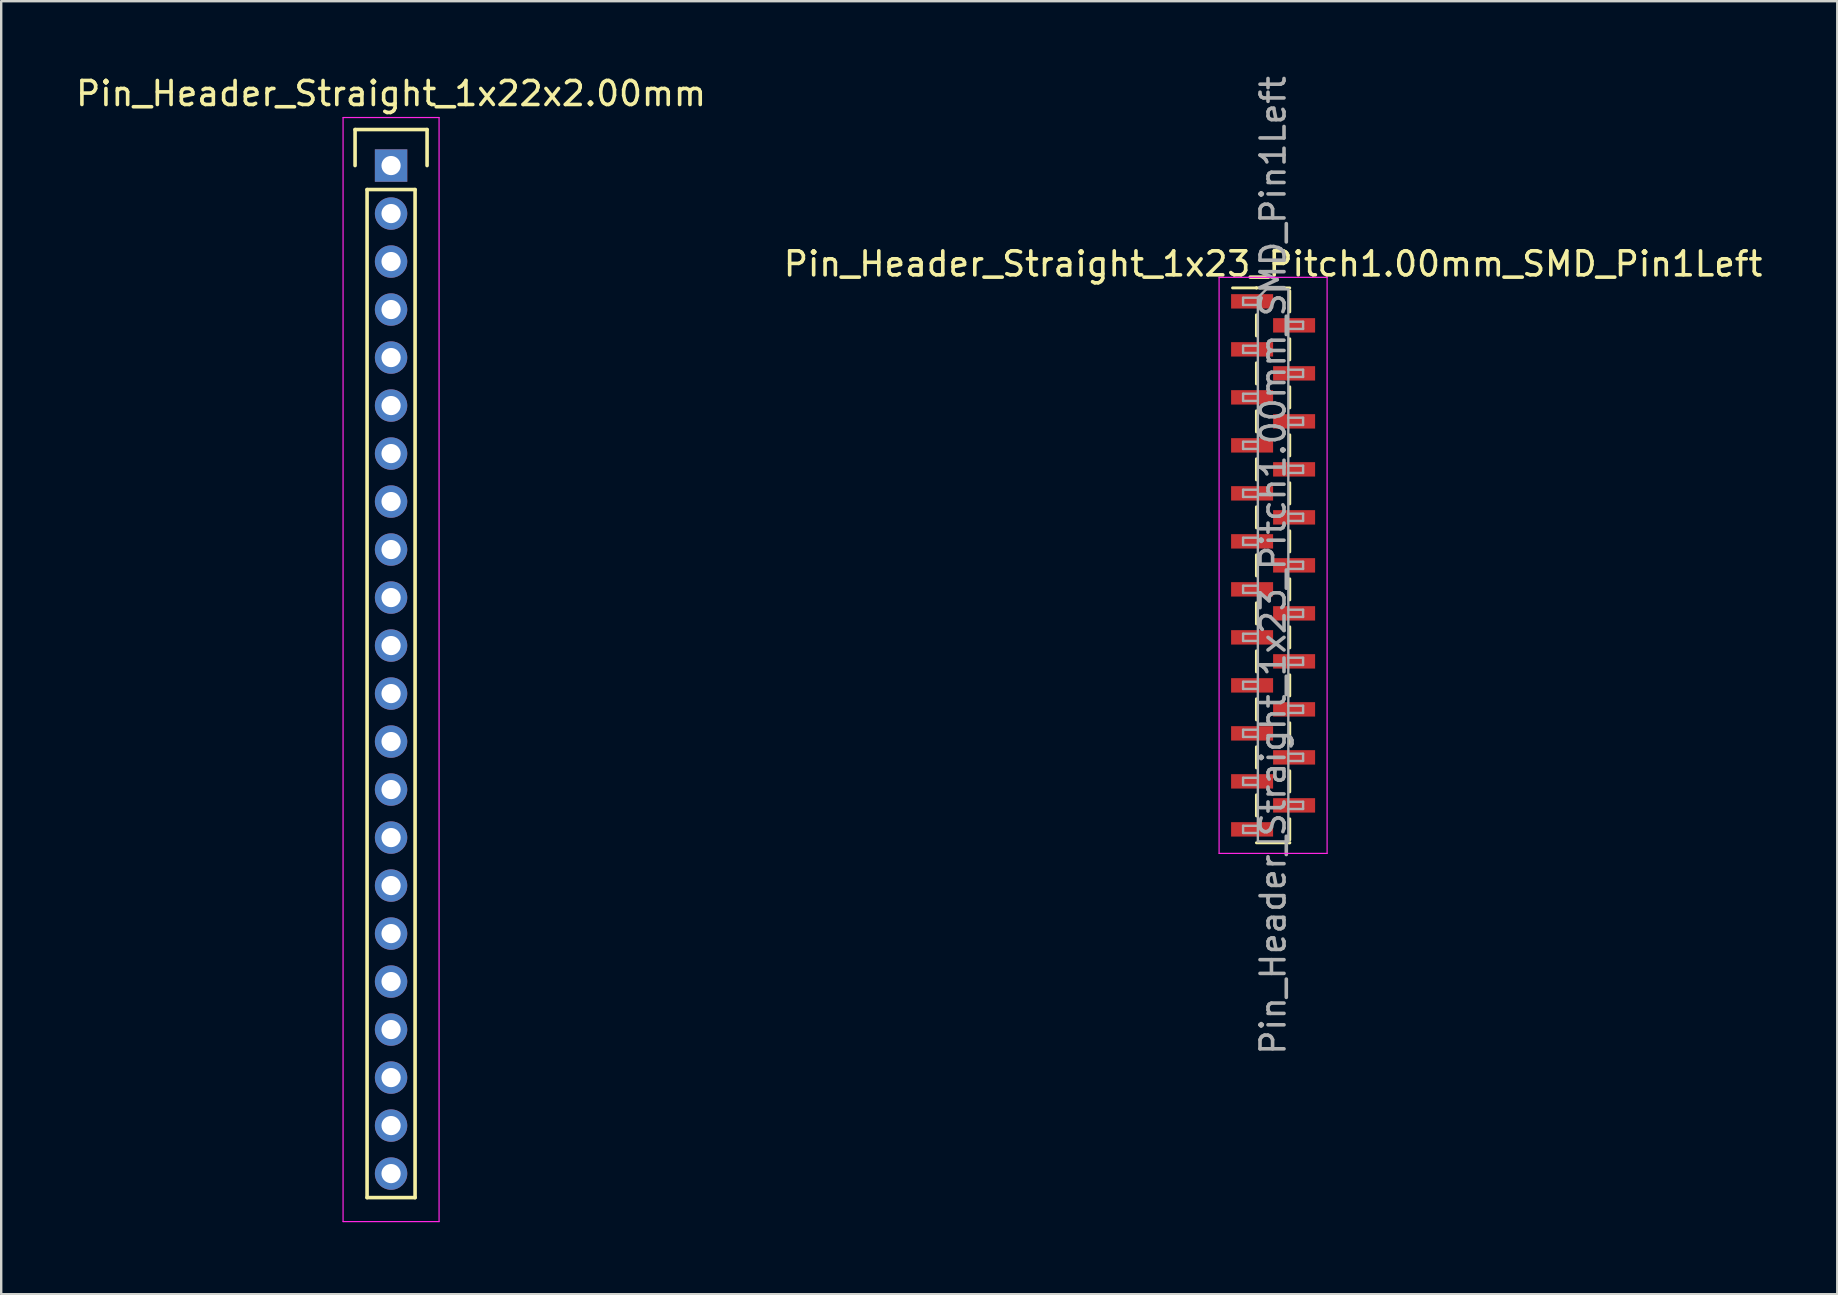
<source format=kicad_pcb>
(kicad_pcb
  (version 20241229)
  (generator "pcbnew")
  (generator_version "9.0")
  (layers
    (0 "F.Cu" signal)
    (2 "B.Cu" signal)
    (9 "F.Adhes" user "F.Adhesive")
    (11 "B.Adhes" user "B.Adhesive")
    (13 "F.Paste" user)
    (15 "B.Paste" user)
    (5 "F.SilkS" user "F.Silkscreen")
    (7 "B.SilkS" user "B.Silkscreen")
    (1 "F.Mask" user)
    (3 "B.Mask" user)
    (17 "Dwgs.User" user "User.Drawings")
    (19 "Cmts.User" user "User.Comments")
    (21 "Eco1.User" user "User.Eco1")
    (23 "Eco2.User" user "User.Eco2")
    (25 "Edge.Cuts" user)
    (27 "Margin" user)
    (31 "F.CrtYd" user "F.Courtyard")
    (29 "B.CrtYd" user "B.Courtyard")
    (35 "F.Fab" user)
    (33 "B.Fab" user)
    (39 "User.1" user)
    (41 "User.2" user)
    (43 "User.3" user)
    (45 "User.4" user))
  (footprint "Pin_Header_Straight_1x23_Pitch1.00mm_SMD_Pin1Left"
    (layer "F.Cu")
    (at 49.994 20.506)
    (property "Reference" "Pin_Header_Straight_1x23_Pitch1.00mm_SMD_Pin1Left" (at 0 -12.56 0) (layer "F.SilkS") (effects (font (size 1 1) (thickness 0.15))))
    (attr smd)
    (fp_line (start -0.695 -11.56) (end -1.69 -11.56) (stroke (width 0.12) (type solid)) (layer "F.SilkS"))
    (fp_line (start -0.695 -11.56) (end -0.695 -11.56) (stroke (width 0.12) (type solid)) (layer "F.SilkS"))
    (fp_line (start -0.695 -11.56) (end 0.695 -11.56) (stroke (width 0.12) (type solid)) (layer "F.SilkS"))
    (fp_line (start -0.695 -10.44) (end -0.695 -9.56) (stroke (width 0.12) (type solid)) (layer "F.SilkS"))
    (fp_line (start -0.695 -8.44) (end -0.695 -7.56) (stroke (width 0.12) (type solid)) (layer "F.SilkS"))
    (fp_line (start -0.695 -6.44) (end -0.695 -5.56) (stroke (width 0.12) (type solid)) (layer "F.SilkS"))
    (fp_line (start -0.695 -4.44) (end -0.695 -3.56) (stroke (width 0.12) (type solid)) (layer "F.SilkS"))
    (fp_line (start -0.695 -2.44) (end -0.695 -1.56) (stroke (width 0.12) (type solid)) (layer "F.SilkS"))
    (fp_line (start -0.695 -0.44) (end -0.695 0.44) (stroke (width 0.12) (type solid)) (layer "F.SilkS"))
    (fp_line (start -0.695 1.56) (end -0.695 2.44) (stroke (width 0.12) (type solid)) (layer "F.SilkS"))
    (fp_line (start -0.695 3.56) (end -0.695 4.44) (stroke (width 0.12) (type solid)) (layer "F.SilkS"))
    (fp_line (start -0.695 5.56) (end -0.695 6.44) (stroke (width 0.12) (type solid)) (layer "F.SilkS"))
    (fp_line (start -0.695 7.56) (end -0.695 8.44) (stroke (width 0.12) (type solid)) (layer "F.SilkS"))
    (fp_line (start -0.695 9.56) (end -0.695 10.44) (stroke (width 0.12) (type solid)) (layer "F.SilkS"))
    (fp_line (start -0.695 11.56) (end 0.695 11.56) (stroke (width 0.12) (type solid)) (layer "F.SilkS"))
    (fp_line (start 0.695 -11.44) (end 0.695 -10.56) (stroke (width 0.12) (type solid)) (layer "F.SilkS"))
    (fp_line (start 0.695 -9.44) (end 0.695 -8.56) (stroke (width 0.12) (type solid)) (layer "F.SilkS"))
    (fp_line (start 0.695 -7.44) (end 0.695 -6.56) (stroke (width 0.12) (type solid)) (layer "F.SilkS"))
    (fp_line (start 0.695 -5.44) (end 0.695 -4.56) (stroke (width 0.12) (type solid)) (layer "F.SilkS"))
    (fp_line (start 0.695 -3.44) (end 0.695 -2.56) (stroke (width 0.12) (type solid)) (layer "F.SilkS"))
    (fp_line (start 0.695 -1.44) (end 0.695 -0.56) (stroke (width 0.12) (type solid)) (layer "F.SilkS"))
    (fp_line (start 0.695 0.56) (end 0.695 1.44) (stroke (width 0.12) (type solid)) (layer "F.SilkS"))
    (fp_line (start 0.695 2.56) (end 0.695 3.44) (stroke (width 0.12) (type solid)) (layer "F.SilkS"))
    (fp_line (start 0.695 4.56) (end 0.695 5.44) (stroke (width 0.12) (type solid)) (layer "F.SilkS"))
    (fp_line (start 0.695 6.56) (end 0.695 7.44) (stroke (width 0.12) (type solid)) (layer "F.SilkS"))
    (fp_line (start 0.695 8.56) (end 0.695 9.44) (stroke (width 0.12) (type solid)) (layer "F.SilkS"))
    (fp_line (start 0.695 10.56) (end 0.695 11.44) (stroke (width 0.12) (type solid)) (layer "F.SilkS"))
    (fp_line (start 0.695 11.56) (end 0.695 11.56) (stroke (width 0.12) (type solid)) (layer "F.SilkS"))
    (fp_line (start -2.25 -12) (end -2.25 12) (stroke (width 0.05) (type solid)) (layer "F.CrtYd"))
    (fp_line (start -2.25 12) (end 2.25 12) (stroke (width 0.05) (type solid)) (layer "F.CrtYd"))
    (fp_line (start 2.25 -12) (end -2.25 -12) (stroke (width 0.05) (type solid)) (layer "F.CrtYd"))
    (fp_line (start 2.25 12) (end 2.25 -12) (stroke (width 0.05) (type solid)) (layer "F.CrtYd"))
    (fp_line (start -1.25 -11.15) (end -1.25 -10.85) (stroke (width 0.1) (type solid)) (layer "F.Fab"))
    (fp_line (start -1.25 -10.85) (end -0.635 -10.85) (stroke (width 0.1) (type solid)) (layer "F.Fab"))
    (fp_line (start -1.25 -9.15) (end -1.25 -8.85) (stroke (width 0.1) (type solid)) (layer "F.Fab"))
    (fp_line (start -1.25 -8.85) (end -0.635 -8.85) (stroke (width 0.1) (type solid)) (layer "F.Fab"))
    (fp_line (start -1.25 -7.15) (end -1.25 -6.85) (stroke (width 0.1) (type solid)) (layer "F.Fab"))
    (fp_line (start -1.25 -6.85) (end -0.635 -6.85) (stroke (width 0.1) (type solid)) (layer "F.Fab"))
    (fp_line (start -1.25 -5.15) (end -1.25 -4.85) (stroke (width 0.1) (type solid)) (layer "F.Fab"))
    (fp_line (start -1.25 -4.85) (end -0.635 -4.85) (stroke (width 0.1) (type solid)) (layer "F.Fab"))
    (fp_line (start -1.25 -3.15) (end -1.25 -2.85) (stroke (width 0.1) (type solid)) (layer "F.Fab"))
    (fp_line (start -1.25 -2.85) (end -0.635 -2.85) (stroke (width 0.1) (type solid)) (layer "F.Fab"))
    (fp_line (start -1.25 -1.15) (end -1.25 -0.85) (stroke (width 0.1) (type solid)) (layer "F.Fab"))
    (fp_line (start -1.25 -0.85) (end -0.635 -0.85) (stroke (width 0.1) (type solid)) (layer "F.Fab"))
    (fp_line (start -1.25 0.85) (end -1.25 1.15) (stroke (width 0.1) (type solid)) (layer "F.Fab"))
    (fp_line (start -1.25 1.15) (end -0.635 1.15) (stroke (width 0.1) (type solid)) (layer "F.Fab"))
    (fp_line (start -1.25 2.85) (end -1.25 3.15) (stroke (width 0.1) (type solid)) (layer "F.Fab"))
    (fp_line (start -1.25 3.15) (end -0.635 3.15) (stroke (width 0.1) (type solid)) (layer "F.Fab"))
    (fp_line (start -1.25 4.85) (end -1.25 5.15) (stroke (width 0.1) (type solid)) (layer "F.Fab"))
    (fp_line (start -1.25 5.15) (end -0.635 5.15) (stroke (width 0.1) (type solid)) (layer "F.Fab"))
    (fp_line (start -1.25 6.85) (end -1.25 7.15) (stroke (width 0.1) (type solid)) (layer "F.Fab"))
    (fp_line (start -1.25 7.15) (end -0.635 7.15) (stroke (width 0.1) (type solid)) (layer "F.Fab"))
    (fp_line (start -1.25 8.85) (end -1.25 9.15) (stroke (width 0.1) (type solid)) (layer "F.Fab"))
    (fp_line (start -1.25 9.15) (end -0.635 9.15) (stroke (width 0.1) (type solid)) (layer "F.Fab"))
    (fp_line (start -1.25 10.85) (end -1.25 11.15) (stroke (width 0.1) (type solid)) (layer "F.Fab"))
    (fp_line (start -1.25 11.15) (end -0.635 11.15) (stroke (width 0.1) (type solid)) (layer "F.Fab"))
    (fp_line (start -0.635 -11.15) (end -1.25 -11.15) (stroke (width 0.1) (type solid)) (layer "F.Fab"))
    (fp_line (start -0.635 -11.15) (end -0.285 -11.5) (stroke (width 0.1) (type solid)) (layer "F.Fab"))
    (fp_line (start -0.635 -9.15) (end -1.25 -9.15) (stroke (width 0.1) (type solid)) (layer "F.Fab"))
    (fp_line (start -0.635 -7.15) (end -1.25 -7.15) (stroke (width 0.1) (type solid)) (layer "F.Fab"))
    (fp_line (start -0.635 -5.15) (end -1.25 -5.15) (stroke (width 0.1) (type solid)) (layer "F.Fab"))
    (fp_line (start -0.635 -3.15) (end -1.25 -3.15) (stroke (width 0.1) (type solid)) (layer "F.Fab"))
    (fp_line (start -0.635 -1.15) (end -1.25 -1.15) (stroke (width 0.1) (type solid)) (layer "F.Fab"))
    (fp_line (start -0.635 0.85) (end -1.25 0.85) (stroke (width 0.1) (type solid)) (layer "F.Fab"))
    (fp_line (start -0.635 2.85) (end -1.25 2.85) (stroke (width 0.1) (type solid)) (layer "F.Fab"))
    (fp_line (start -0.635 4.85) (end -1.25 4.85) (stroke (width 0.1) (type solid)) (layer "F.Fab"))
    (fp_line (start -0.635 6.85) (end -1.25 6.85) (stroke (width 0.1) (type solid)) (layer "F.Fab"))
    (fp_line (start -0.635 8.85) (end -1.25 8.85) (stroke (width 0.1) (type solid)) (layer "F.Fab"))
    (fp_line (start -0.635 10.85) (end -1.25 10.85) (stroke (width 0.1) (type solid)) (layer "F.Fab"))
    (fp_line (start -0.635 11.5) (end -0.635 -11.15) (stroke (width 0.1) (type solid)) (layer "F.Fab"))
    (fp_line (start -0.285 -11.5) (end 0.635 -11.5) (stroke (width 0.1) (type solid)) (layer "F.Fab"))
    (fp_line (start 0.635 -11.5) (end 0.635 11.5) (stroke (width 0.1) (type solid)) (layer "F.Fab"))
    (fp_line (start 0.635 -10.15) (end 1.25 -10.15) (stroke (width 0.1) (type solid)) (layer "F.Fab"))
    (fp_line (start 0.635 -8.15) (end 1.25 -8.15) (stroke (width 0.1) (type solid)) (layer "F.Fab"))
    (fp_line (start 0.635 -6.15) (end 1.25 -6.15) (stroke (width 0.1) (type solid)) (layer "F.Fab"))
    (fp_line (start 0.635 -4.15) (end 1.25 -4.15) (stroke (width 0.1) (type solid)) (layer "F.Fab"))
    (fp_line (start 0.635 -2.15) (end 1.25 -2.15) (stroke (width 0.1) (type solid)) (layer "F.Fab"))
    (fp_line (start 0.635 -0.15) (end 1.25 -0.15) (stroke (width 0.1) (type solid)) (layer "F.Fab"))
    (fp_line (start 0.635 1.85) (end 1.25 1.85) (stroke (width 0.1) (type solid)) (layer "F.Fab"))
    (fp_line (start 0.635 3.85) (end 1.25 3.85) (stroke (width 0.1) (type solid)) (layer "F.Fab"))
    (fp_line (start 0.635 5.85) (end 1.25 5.85) (stroke (width 0.1) (type solid)) (layer "F.Fab"))
    (fp_line (start 0.635 7.85) (end 1.25 7.85) (stroke (width 0.1) (type solid)) (layer "F.Fab"))
    (fp_line (start 0.635 9.85) (end 1.25 9.85) (stroke (width 0.1) (type solid)) (layer "F.Fab"))
    (fp_line (start 0.635 11.5) (end -0.635 11.5) (stroke (width 0.1) (type solid)) (layer "F.Fab"))
    (fp_line (start 1.25 -10.15) (end 1.25 -9.85) (stroke (width 0.1) (type solid)) (layer "F.Fab"))
    (fp_line (start 1.25 -9.85) (end 0.635 -9.85) (stroke (width 0.1) (type solid)) (layer "F.Fab"))
    (fp_line (start 1.25 -8.15) (end 1.25 -7.85) (stroke (width 0.1) (type solid)) (layer "F.Fab"))
    (fp_line (start 1.25 -7.85) (end 0.635 -7.85) (stroke (width 0.1) (type solid)) (layer "F.Fab"))
    (fp_line (start 1.25 -6.15) (end 1.25 -5.85) (stroke (width 0.1) (type solid)) (layer "F.Fab"))
    (fp_line (start 1.25 -5.85) (end 0.635 -5.85) (stroke (width 0.1) (type solid)) (layer "F.Fab"))
    (fp_line (start 1.25 -4.15) (end 1.25 -3.85) (stroke (width 0.1) (type solid)) (layer "F.Fab"))
    (fp_line (start 1.25 -3.85) (end 0.635 -3.85) (stroke (width 0.1) (type solid)) (layer "F.Fab"))
    (fp_line (start 1.25 -2.15) (end 1.25 -1.85) (stroke (width 0.1) (type solid)) (layer "F.Fab"))
    (fp_line (start 1.25 -1.85) (end 0.635 -1.85) (stroke (width 0.1) (type solid)) (layer "F.Fab"))
    (fp_line (start 1.25 -0.15) (end 1.25 0.15) (stroke (width 0.1) (type solid)) (layer "F.Fab"))
    (fp_line (start 1.25 0.15) (end 0.635 0.15) (stroke (width 0.1) (type solid)) (layer "F.Fab"))
    (fp_line (start 1.25 1.85) (end 1.25 2.15) (stroke (width 0.1) (type solid)) (layer "F.Fab"))
    (fp_line (start 1.25 2.15) (end 0.635 2.15) (stroke (width 0.1) (type solid)) (layer "F.Fab"))
    (fp_line (start 1.25 3.85) (end 1.25 4.15) (stroke (width 0.1) (type solid)) (layer "F.Fab"))
    (fp_line (start 1.25 4.15) (end 0.635 4.15) (stroke (width 0.1) (type solid)) (layer "F.Fab"))
    (fp_line (start 1.25 5.85) (end 1.25 6.15) (stroke (width 0.1) (type solid)) (layer "F.Fab"))
    (fp_line (start 1.25 6.15) (end 0.635 6.15) (stroke (width 0.1) (type solid)) (layer "F.Fab"))
    (fp_line (start 1.25 7.85) (end 1.25 8.15) (stroke (width 0.1) (type solid)) (layer "F.Fab"))
    (fp_line (start 1.25 8.15) (end 0.635 8.15) (stroke (width 0.1) (type solid)) (layer "F.Fab"))
    (fp_line (start 1.25 9.85) (end 1.25 10.15) (stroke (width 0.1) (type solid)) (layer "F.Fab"))
    (fp_line (start 1.25 10.15) (end 0.635 10.15) (stroke (width 0.1) (type solid)) (layer "F.Fab"))
    (fp_text user "${REFERENCE}" (at 0 0 90) (layer "F.Fab") (effects (font (size 1 1) (thickness 0.15))))
    (pad "1" smd rect (at -0.875 -11) (size 1.75 0.6) (layers "F.Cu" "F.Mask" "F.Paste"))
    (pad "2" smd rect (at 0.875 -10) (size 1.75 0.6) (layers "F.Cu" "F.Mask" "F.Paste"))
    (pad "3" smd rect (at -0.875 -9) (size 1.75 0.6) (layers "F.Cu" "F.Mask" "F.Paste"))
    (pad "4" smd rect (at 0.875 -8) (size 1.75 0.6) (layers "F.Cu" "F.Mask" "F.Paste"))
    (pad "5" smd rect (at -0.875 -7) (size 1.75 0.6) (layers "F.Cu" "F.Mask" "F.Paste"))
    (pad "6" smd rect (at 0.875 -6) (size 1.75 0.6) (layers "F.Cu" "F.Mask" "F.Paste"))
    (pad "7" smd rect (at -0.875 -5) (size 1.75 0.6) (layers "F.Cu" "F.Mask" "F.Paste"))
    (pad "8" smd rect (at 0.875 -4) (size 1.75 0.6) (layers "F.Cu" "F.Mask" "F.Paste"))
    (pad "9" smd rect (at -0.875 -3) (size 1.75 0.6) (layers "F.Cu" "F.Mask" "F.Paste"))
    (pad "10" smd rect (at 0.875 -2) (size 1.75 0.6) (layers "F.Cu" "F.Mask" "F.Paste"))
    (pad "11" smd rect (at -0.875 -1) (size 1.75 0.6) (layers "F.Cu" "F.Mask" "F.Paste"))
    (pad "12" smd rect (at 0.875 0) (size 1.75 0.6) (layers "F.Cu" "F.Mask" "F.Paste"))
    (pad "13" smd rect (at -0.875 1) (size 1.75 0.6) (layers "F.Cu" "F.Mask" "F.Paste"))
    (pad "14" smd rect (at 0.875 2) (size 1.75 0.6) (layers "F.Cu" "F.Mask" "F.Paste"))
    (pad "15" smd rect (at -0.875 3) (size 1.75 0.6) (layers "F.Cu" "F.Mask" "F.Paste"))
    (pad "16" smd rect (at 0.875 4) (size 1.75 0.6) (layers "F.Cu" "F.Mask" "F.Paste"))
    (pad "17" smd rect (at -0.875 5) (size 1.75 0.6) (layers "F.Cu" "F.Mask" "F.Paste"))
    (pad "18" smd rect (at 0.875 6) (size 1.75 0.6) (layers "F.Cu" "F.Mask" "F.Paste"))
    (pad "19" smd rect (at -0.875 7) (size 1.75 0.6) (layers "F.Cu" "F.Mask" "F.Paste"))
    (pad "20" smd rect (at 0.875 8) (size 1.75 0.6) (layers "F.Cu" "F.Mask" "F.Paste"))
    (pad "21" smd rect (at -0.875 9) (size 1.75 0.6) (layers "F.Cu" "F.Mask" "F.Paste"))
    (pad "22" smd rect (at 0.875 10) (size 1.75 0.6) (layers "F.Cu" "F.Mask" "F.Paste"))
    (pad "23" smd rect (at -0.875 11) (size 1.75 0.6) (layers "F.Cu" "F.Mask" "F.Paste")))
  (footprint "Pin_Header_Straight_1x22x2.00mm"
    (layer "F.Cu")
    (at 13.244 3.848)
    (property "Reference" "Pin_Header_Straight_1x22x2.00mm" (at 0 -3 0) (layer "F.SilkS") (effects (font (size 1 1) (thickness 0.15))))
    (attr through_hole)
    (fp_line (start -1.5 -1.5) (end 1.5 -1.5) (stroke (width 0.15) (type solid)) (layer "F.SilkS"))
    (fp_line (start -1.5 0) (end -1.5 -1.5) (stroke (width 0.15) (type solid)) (layer "F.SilkS"))
    (fp_line (start -1 1) (end 1 1) (stroke (width 0.15) (type solid)) (layer "F.SilkS"))
    (fp_line (start -1 43) (end -1 1) (stroke (width 0.15) (type solid)) (layer "F.SilkS"))
    (fp_line (start 1 1) (end 1 43) (stroke (width 0.15) (type solid)) (layer "F.SilkS"))
    (fp_line (start 1 43) (end -1 43) (stroke (width 0.15) (type solid)) (layer "F.SilkS"))
    (fp_line (start 1.5 -1.5) (end 1.5 0) (stroke (width 0.15) (type solid)) (layer "F.SilkS"))
    (fp_line (start -2 -2) (end 2 -2) (stroke (width 0.05) (type solid)) (layer "F.CrtYd"))
    (fp_line (start -2 44) (end -2 -2) (stroke (width 0.05) (type solid)) (layer "F.CrtYd"))
    (fp_line (start 2 -2) (end 2 44) (stroke (width 0.05) (type solid)) (layer "F.CrtYd"))
    (fp_line (start 2 44) (end -2 44) (stroke (width 0.05) (type solid)) (layer "F.CrtYd"))
    (pad "1" thru_hole rect (at 0 0) (size 1.35 1.35) (drill 0.8) (layers "*.Cu" "*.Mask"))
    (pad "2" thru_hole circle (at 0 2) (size 1.35 1.35) (drill 0.8) (layers "*.Cu" "*.Mask"))
    (pad "3" thru_hole circle (at 0 4) (size 1.35 1.35) (drill 0.8) (layers "*.Cu" "*.Mask"))
    (pad "4" thru_hole circle (at 0 6) (size 1.35 1.35) (drill 0.8) (layers "*.Cu" "*.Mask"))
    (pad "5" thru_hole circle (at 0 8) (size 1.35 1.35) (drill 0.8) (layers "*.Cu" "*.Mask"))
    (pad "6" thru_hole circle (at 0 10) (size 1.35 1.35) (drill 0.8) (layers "*.Cu" "*.Mask"))
    (pad "7" thru_hole circle (at 0 12) (size 1.35 1.35) (drill 0.8) (layers "*.Cu" "*.Mask"))
    (pad "8" thru_hole circle (at 0 14) (size 1.35 1.35) (drill 0.8) (layers "*.Cu" "*.Mask"))
    (pad "9" thru_hole circle (at 0 16) (size 1.35 1.35) (drill 0.8) (layers "*.Cu" "*.Mask"))
    (pad "10" thru_hole circle (at 0 18) (size 1.35 1.35) (drill 0.8) (layers "*.Cu" "*.Mask"))
    (pad "11" thru_hole circle (at 0 20) (size 1.35 1.35) (drill 0.8) (layers "*.Cu" "*.Mask"))
    (pad "12" thru_hole circle (at 0 22) (size 1.35 1.35) (drill 0.8) (layers "*.Cu" "*.Mask"))
    (pad "13" thru_hole circle (at 0 24) (size 1.35 1.35) (drill 0.8) (layers "*.Cu" "*.Mask"))
    (pad "14" thru_hole circle (at 0 26) (size 1.35 1.35) (drill 0.8) (layers "*.Cu" "*.Mask"))
    (pad "15" thru_hole circle (at 0 28) (size 1.35 1.35) (drill 0.8) (layers "*.Cu" "*.Mask"))
    (pad "16" thru_hole circle (at 0 30) (size 1.35 1.35) (drill 0.8) (layers "*.Cu" "*.Mask"))
    (pad "17" thru_hole circle (at 0 32) (size 1.35 1.35) (drill 0.8) (layers "*.Cu" "*.Mask"))
    (pad "18" thru_hole circle (at 0 34) (size 1.35 1.35) (drill 0.8) (layers "*.Cu" "*.Mask"))
    (pad "19" thru_hole circle (at 0 36) (size 1.35 1.35) (drill 0.8) (layers "*.Cu" "*.Mask"))
    (pad "20" thru_hole circle (at 0 38) (size 1.35 1.35) (drill 0.8) (layers "*.Cu" "*.Mask"))
    (pad "21" thru_hole circle (at 0 40) (size 1.35 1.35) (drill 0.8) (layers "*.Cu" "*.Mask"))
    (pad "22" thru_hole circle (at 0 42) (size 1.35 1.35) (drill 0.8) (layers "*.Cu" "*.Mask")))
  (gr_rect
    (start -3 -3)
    (end 73.5 50.873)
    (stroke (width 0.1) (type default))
    (fill no)
    (layer "Edge.Cuts")))
</source>
